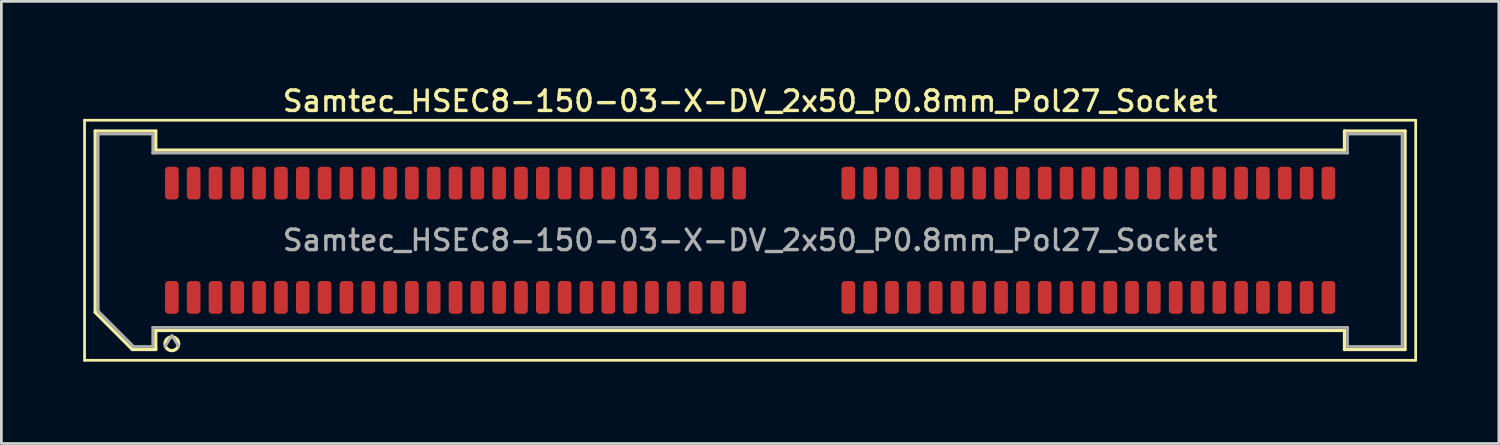
<source format=kicad_pcb>
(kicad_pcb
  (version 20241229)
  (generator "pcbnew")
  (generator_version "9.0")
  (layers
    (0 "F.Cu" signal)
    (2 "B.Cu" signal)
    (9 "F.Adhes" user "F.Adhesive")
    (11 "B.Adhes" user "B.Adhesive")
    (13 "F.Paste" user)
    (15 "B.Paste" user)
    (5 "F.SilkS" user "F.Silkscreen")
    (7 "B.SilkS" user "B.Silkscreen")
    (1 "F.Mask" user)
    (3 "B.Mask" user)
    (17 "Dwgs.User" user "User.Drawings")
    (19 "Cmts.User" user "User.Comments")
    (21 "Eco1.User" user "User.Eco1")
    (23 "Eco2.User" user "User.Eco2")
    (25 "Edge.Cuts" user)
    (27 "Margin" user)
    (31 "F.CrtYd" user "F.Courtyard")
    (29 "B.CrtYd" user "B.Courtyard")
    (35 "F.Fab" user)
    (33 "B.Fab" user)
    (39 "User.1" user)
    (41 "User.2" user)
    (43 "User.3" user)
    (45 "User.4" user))
  (footprint "Samtec_HSEC8-150-03-X-DV_2x50_P0.8mm_Pol27_Socket"
    (layer "F.Cu")
    (at 24.45 5.758)
    (property "Reference" "Samtec_HSEC8-150-03-X-DV_2x50_P0.8mm_Pol27_Socket" (at 0 -5.1 0) (layer "F.SilkS") (effects (font (size 0.75 0.75) (thickness 0.125))))
    (attr smd)
    (fp_line (start -24.4 -4.4) (end -24.4 4.4) (stroke (width 0.1) (type solid)) (layer "F.SilkS"))
    (fp_line (start -24.4 4.4) (end 24.4 4.4) (stroke (width 0.1) (type solid)) (layer "F.SilkS"))
    (fp_line (start -24.01 -4.005) (end -21.79 -4.005) (stroke (width 0.12) (type solid)) (layer "F.SilkS"))
    (fp_line (start -24.01 2.641) (end -24.01 -4.005) (stroke (width 0.12) (type solid)) (layer "F.SilkS"))
    (fp_line (start -22.646 4.005) (end -24.01 2.641) (stroke (width 0.12) (type solid)) (layer "F.SilkS"))
    (fp_line (start -21.79 -4.005) (end -21.79 -3.305) (stroke (width 0.12) (type solid)) (layer "F.SilkS"))
    (fp_line (start -21.79 -3.305) (end 21.79 -3.305) (stroke (width 0.12) (type solid)) (layer "F.SilkS"))
    (fp_line (start -21.79 3.305) (end -21.79 4.005) (stroke (width 0.12) (type solid)) (layer "F.SilkS"))
    (fp_line (start -21.79 4.005) (end -22.646 4.005) (stroke (width 0.12) (type solid)) (layer "F.SilkS"))
    (fp_line (start 21.79 -4.005) (end 24.01 -4.005) (stroke (width 0.12) (type solid)) (layer "F.SilkS"))
    (fp_line (start 21.79 -3.305) (end 21.79 -4.005) (stroke (width 0.12) (type solid)) (layer "F.SilkS"))
    (fp_line (start 21.79 3.305) (end -21.79 3.305) (stroke (width 0.12) (type solid)) (layer "F.SilkS"))
    (fp_line (start 21.79 4.005) (end 21.79 3.305) (stroke (width 0.12) (type solid)) (layer "F.SilkS"))
    (fp_line (start 24.01 -4.005) (end 24.01 4.005) (stroke (width 0.12) (type solid)) (layer "F.SilkS"))
    (fp_line (start 24.01 4.005) (end 21.79 4.005) (stroke (width 0.12) (type solid)) (layer "F.SilkS"))
    (fp_line (start 24.4 -4.4) (end -24.4 -4.4) (stroke (width 0.1) (type solid)) (layer "F.SilkS"))
    (fp_line (start 24.4 4.4) (end 24.4 -4.4) (stroke (width 0.1) (type solid)) (layer "F.SilkS"))
    (fp_arc (start -20.95 3.795) (mid -21.45 3.795) (end -20.95 3.795) (stroke (width 0.12) (type solid)) (layer "F.SilkS"))
    (fp_line (start -23.9 -3.895) (end -21.9 -3.895) (stroke (width 0.1) (type solid)) (layer "F.Fab"))
    (fp_line (start -23.9 2.595) (end -23.9 -3.895) (stroke (width 0.1) (type solid)) (layer "F.Fab"))
    (fp_line (start -22.6 3.895) (end -23.9 2.595) (stroke (width 0.1) (type solid)) (layer "F.Fab"))
    (fp_line (start -21.9 -3.895) (end -21.9 -3.195) (stroke (width 0.1) (type solid)) (layer "F.Fab"))
    (fp_line (start -21.9 -3.195) (end 21.9 -3.195) (stroke (width 0.1) (type solid)) (layer "F.Fab"))
    (fp_line (start -21.9 3.195) (end -21.9 3.895) (stroke (width 0.1) (type solid)) (layer "F.Fab"))
    (fp_line (start -21.9 3.895) (end -22.6 3.895) (stroke (width 0.1) (type solid)) (layer "F.Fab"))
    (fp_line (start -21.2 3.495) (end -21.45 3.895) (stroke (width 0.1) (type solid)) (layer "F.Fab"))
    (fp_line (start -21.2 3.495) (end -20.95 3.895) (stroke (width 0.1) (type solid)) (layer "F.Fab"))
    (fp_line (start 21.9 -3.895) (end 23.9 -3.895) (stroke (width 0.1) (type solid)) (layer "F.Fab"))
    (fp_line (start 21.9 -3.195) (end 21.9 -3.895) (stroke (width 0.1) (type solid)) (layer "F.Fab"))
    (fp_line (start 21.9 3.195) (end -21.9 3.195) (stroke (width 0.1) (type solid)) (layer "F.Fab"))
    (fp_line (start 21.9 3.895) (end 21.9 3.195) (stroke (width 0.1) (type solid)) (layer "F.Fab"))
    (fp_line (start 23.9 -3.895) (end 23.9 3.895) (stroke (width 0.1) (type solid)) (layer "F.Fab"))
    (fp_line (start 23.9 3.895) (end 21.9 3.895) (stroke (width 0.1) (type solid)) (layer "F.Fab"))
    (fp_text user "${REFERENCE}" (at 0 0 0) (layer "F.Fab") (effects (font (size 0.75 0.75) (thickness 0.125))))
    (pad "1" smd roundrect (at -21.2 2.095) (size 0.5 1.2) (layers "F.Cu" "F.Mask" "F.Paste") (roundrect_rratio 0.25))
    (pad "2" smd roundrect (at -21.2 -2.095) (size 0.5 1.2) (layers "F.Cu" "F.Mask" "F.Paste") (roundrect_rratio 0.25))
    (pad "3" smd roundrect (at -20.4 2.095) (size 0.5 1.2) (layers "F.Cu" "F.Mask" "F.Paste") (roundrect_rratio 0.25))
    (pad "4" smd roundrect (at -20.4 -2.095) (size 0.5 1.2) (layers "F.Cu" "F.Mask" "F.Paste") (roundrect_rratio 0.25))
    (pad "5" smd roundrect (at -19.6 2.095) (size 0.5 1.2) (layers "F.Cu" "F.Mask" "F.Paste") (roundrect_rratio 0.25))
    (pad "6" smd roundrect (at -19.6 -2.095) (size 0.5 1.2) (layers "F.Cu" "F.Mask" "F.Paste") (roundrect_rratio 0.25))
    (pad "7" smd roundrect (at -18.8 2.095) (size 0.5 1.2) (layers "F.Cu" "F.Mask" "F.Paste") (roundrect_rratio 0.25))
    (pad "8" smd roundrect (at -18.8 -2.095) (size 0.5 1.2) (layers "F.Cu" "F.Mask" "F.Paste") (roundrect_rratio 0.25))
    (pad "9" smd roundrect (at -18 2.095) (size 0.5 1.2) (layers "F.Cu" "F.Mask" "F.Paste") (roundrect_rratio 0.25))
    (pad "10" smd roundrect (at -18 -2.095) (size 0.5 1.2) (layers "F.Cu" "F.Mask" "F.Paste") (roundrect_rratio 0.25))
    (pad "11" smd roundrect (at -17.2 2.095) (size 0.5 1.2) (layers "F.Cu" "F.Mask" "F.Paste") (roundrect_rratio 0.25))
    (pad "12" smd roundrect (at -17.2 -2.095) (size 0.5 1.2) (layers "F.Cu" "F.Mask" "F.Paste") (roundrect_rratio 0.25))
    (pad "13" smd roundrect (at -16.4 2.095) (size 0.5 1.2) (layers "F.Cu" "F.Mask" "F.Paste") (roundrect_rratio 0.25))
    (pad "14" smd roundrect (at -16.4 -2.095) (size 0.5 1.2) (layers "F.Cu" "F.Mask" "F.Paste") (roundrect_rratio 0.25))
    (pad "15" smd roundrect (at -15.6 2.095) (size 0.5 1.2) (layers "F.Cu" "F.Mask" "F.Paste") (roundrect_rratio 0.25))
    (pad "16" smd roundrect (at -15.6 -2.095) (size 0.5 1.2) (layers "F.Cu" "F.Mask" "F.Paste") (roundrect_rratio 0.25))
    (pad "17" smd roundrect (at -14.8 2.095) (size 0.5 1.2) (layers "F.Cu" "F.Mask" "F.Paste") (roundrect_rratio 0.25))
    (pad "18" smd roundrect (at -14.8 -2.095) (size 0.5 1.2) (layers "F.Cu" "F.Mask" "F.Paste") (roundrect_rratio 0.25))
    (pad "19" smd roundrect (at -14 2.095) (size 0.5 1.2) (layers "F.Cu" "F.Mask" "F.Paste") (roundrect_rratio 0.25))
    (pad "20" smd roundrect (at -14 -2.095) (size 0.5 1.2) (layers "F.Cu" "F.Mask" "F.Paste") (roundrect_rratio 0.25))
    (pad "21" smd roundrect (at -13.2 2.095) (size 0.5 1.2) (layers "F.Cu" "F.Mask" "F.Paste") (roundrect_rratio 0.25))
    (pad "22" smd roundrect (at -13.2 -2.095) (size 0.5 1.2) (layers "F.Cu" "F.Mask" "F.Paste") (roundrect_rratio 0.25))
    (pad "23" smd roundrect (at -12.4 2.095) (size 0.5 1.2) (layers "F.Cu" "F.Mask" "F.Paste") (roundrect_rratio 0.25))
    (pad "24" smd roundrect (at -12.4 -2.095) (size 0.5 1.2) (layers "F.Cu" "F.Mask" "F.Paste") (roundrect_rratio 0.25))
    (pad "25" smd roundrect (at -11.6 2.095) (size 0.5 1.2) (layers "F.Cu" "F.Mask" "F.Paste") (roundrect_rratio 0.25))
    (pad "26" smd roundrect (at -11.6 -2.095) (size 0.5 1.2) (layers "F.Cu" "F.Mask" "F.Paste") (roundrect_rratio 0.25))
    (pad "27" smd roundrect (at -10.8 2.095) (size 0.5 1.2) (layers "F.Cu" "F.Mask" "F.Paste") (roundrect_rratio 0.25))
    (pad "28" smd roundrect (at -10.8 -2.095) (size 0.5 1.2) (layers "F.Cu" "F.Mask" "F.Paste") (roundrect_rratio 0.25))
    (pad "29" smd roundrect (at -10 2.095) (size 0.5 1.2) (layers "F.Cu" "F.Mask" "F.Paste") (roundrect_rratio 0.25))
    (pad "30" smd roundrect (at -10 -2.095) (size 0.5 1.2) (layers "F.Cu" "F.Mask" "F.Paste") (roundrect_rratio 0.25))
    (pad "31" smd roundrect (at -9.2 2.095) (size 0.5 1.2) (layers "F.Cu" "F.Mask" "F.Paste") (roundrect_rratio 0.25))
    (pad "32" smd roundrect (at -9.2 -2.095) (size 0.5 1.2) (layers "F.Cu" "F.Mask" "F.Paste") (roundrect_rratio 0.25))
    (pad "33" smd roundrect (at -8.4 2.095) (size 0.5 1.2) (layers "F.Cu" "F.Mask" "F.Paste") (roundrect_rratio 0.25))
    (pad "34" smd roundrect (at -8.4 -2.095) (size 0.5 1.2) (layers "F.Cu" "F.Mask" "F.Paste") (roundrect_rratio 0.25))
    (pad "35" smd roundrect (at -7.6 2.095) (size 0.5 1.2) (layers "F.Cu" "F.Mask" "F.Paste") (roundrect_rratio 0.25))
    (pad "36" smd roundrect (at -7.6 -2.095) (size 0.5 1.2) (layers "F.Cu" "F.Mask" "F.Paste") (roundrect_rratio 0.25))
    (pad "37" smd roundrect (at -6.8 2.095) (size 0.5 1.2) (layers "F.Cu" "F.Mask" "F.Paste") (roundrect_rratio 0.25))
    (pad "38" smd roundrect (at -6.8 -2.095) (size 0.5 1.2) (layers "F.Cu" "F.Mask" "F.Paste") (roundrect_rratio 0.25))
    (pad "39" smd roundrect (at -6 2.095) (size 0.5 1.2) (layers "F.Cu" "F.Mask" "F.Paste") (roundrect_rratio 0.25))
    (pad "40" smd roundrect (at -6 -2.095) (size 0.5 1.2) (layers "F.Cu" "F.Mask" "F.Paste") (roundrect_rratio 0.25))
    (pad "41" smd roundrect (at -5.2 2.095) (size 0.5 1.2) (layers "F.Cu" "F.Mask" "F.Paste") (roundrect_rratio 0.25))
    (pad "42" smd roundrect (at -5.2 -2.095) (size 0.5 1.2) (layers "F.Cu" "F.Mask" "F.Paste") (roundrect_rratio 0.25))
    (pad "43" smd roundrect (at -4.4 2.095) (size 0.5 1.2) (layers "F.Cu" "F.Mask" "F.Paste") (roundrect_rratio 0.25))
    (pad "44" smd roundrect (at -4.4 -2.095) (size 0.5 1.2) (layers "F.Cu" "F.Mask" "F.Paste") (roundrect_rratio 0.25))
    (pad "45" smd roundrect (at -3.6 2.095) (size 0.5 1.2) (layers "F.Cu" "F.Mask" "F.Paste") (roundrect_rratio 0.25))
    (pad "46" smd roundrect (at -3.6 -2.095) (size 0.5 1.2) (layers "F.Cu" "F.Mask" "F.Paste") (roundrect_rratio 0.25))
    (pad "47" smd roundrect (at -2.8 2.095) (size 0.5 1.2) (layers "F.Cu" "F.Mask" "F.Paste") (roundrect_rratio 0.25))
    (pad "48" smd roundrect (at -2.8 -2.095) (size 0.5 1.2) (layers "F.Cu" "F.Mask" "F.Paste") (roundrect_rratio 0.25))
    (pad "49" smd roundrect (at -2 2.095) (size 0.5 1.2) (layers "F.Cu" "F.Mask" "F.Paste") (roundrect_rratio 0.25))
    (pad "50" smd roundrect (at -2 -2.095) (size 0.5 1.2) (layers "F.Cu" "F.Mask" "F.Paste") (roundrect_rratio 0.25))
    (pad "51" smd roundrect (at -1.2 2.095) (size 0.5 1.2) (layers "F.Cu" "F.Mask" "F.Paste") (roundrect_rratio 0.25))
    (pad "52" smd roundrect (at -1.2 -2.095) (size 0.5 1.2) (layers "F.Cu" "F.Mask" "F.Paste") (roundrect_rratio 0.25))
    (pad "53" smd roundrect (at -0.4 2.095) (size 0.5 1.2) (layers "F.Cu" "F.Mask" "F.Paste") (roundrect_rratio 0.25))
    (pad "54" smd roundrect (at -0.4 -2.095) (size 0.5 1.2) (layers "F.Cu" "F.Mask" "F.Paste") (roundrect_rratio 0.25))
    (pad "55" smd roundrect (at 3.6 2.095) (size 0.5 1.2) (layers "F.Cu" "F.Mask" "F.Paste") (roundrect_rratio 0.25))
    (pad "56" smd roundrect (at 3.6 -2.095) (size 0.5 1.2) (layers "F.Cu" "F.Mask" "F.Paste") (roundrect_rratio 0.25))
    (pad "57" smd roundrect (at 4.4 2.095) (size 0.5 1.2) (layers "F.Cu" "F.Mask" "F.Paste") (roundrect_rratio 0.25))
    (pad "58" smd roundrect (at 4.4 -2.095) (size 0.5 1.2) (layers "F.Cu" "F.Mask" "F.Paste") (roundrect_rratio 0.25))
    (pad "59" smd roundrect (at 5.2 2.095) (size 0.5 1.2) (layers "F.Cu" "F.Mask" "F.Paste") (roundrect_rratio 0.25))
    (pad "60" smd roundrect (at 5.2 -2.095) (size 0.5 1.2) (layers "F.Cu" "F.Mask" "F.Paste") (roundrect_rratio 0.25))
    (pad "61" smd roundrect (at 6 2.095) (size 0.5 1.2) (layers "F.Cu" "F.Mask" "F.Paste") (roundrect_rratio 0.25))
    (pad "62" smd roundrect (at 6 -2.095) (size 0.5 1.2) (layers "F.Cu" "F.Mask" "F.Paste") (roundrect_rratio 0.25))
    (pad "63" smd roundrect (at 6.8 2.095) (size 0.5 1.2) (layers "F.Cu" "F.Mask" "F.Paste") (roundrect_rratio 0.25))
    (pad "64" smd roundrect (at 6.8 -2.095) (size 0.5 1.2) (layers "F.Cu" "F.Mask" "F.Paste") (roundrect_rratio 0.25))
    (pad "65" smd roundrect (at 7.6 2.095) (size 0.5 1.2) (layers "F.Cu" "F.Mask" "F.Paste") (roundrect_rratio 0.25))
    (pad "66" smd roundrect (at 7.6 -2.095) (size 0.5 1.2) (layers "F.Cu" "F.Mask" "F.Paste") (roundrect_rratio 0.25))
    (pad "67" smd roundrect (at 8.4 2.095) (size 0.5 1.2) (layers "F.Cu" "F.Mask" "F.Paste") (roundrect_rratio 0.25))
    (pad "68" smd roundrect (at 8.4 -2.095) (size 0.5 1.2) (layers "F.Cu" "F.Mask" "F.Paste") (roundrect_rratio 0.25))
    (pad "69" smd roundrect (at 9.2 2.095) (size 0.5 1.2) (layers "F.Cu" "F.Mask" "F.Paste") (roundrect_rratio 0.25))
    (pad "70" smd roundrect (at 9.2 -2.095) (size 0.5 1.2) (layers "F.Cu" "F.Mask" "F.Paste") (roundrect_rratio 0.25))
    (pad "71" smd roundrect (at 10 2.095) (size 0.5 1.2) (layers "F.Cu" "F.Mask" "F.Paste") (roundrect_rratio 0.25))
    (pad "72" smd roundrect (at 10 -2.095) (size 0.5 1.2) (layers "F.Cu" "F.Mask" "F.Paste") (roundrect_rratio 0.25))
    (pad "73" smd roundrect (at 10.8 2.095) (size 0.5 1.2) (layers "F.Cu" "F.Mask" "F.Paste") (roundrect_rratio 0.25))
    (pad "74" smd roundrect (at 10.8 -2.095) (size 0.5 1.2) (layers "F.Cu" "F.Mask" "F.Paste") (roundrect_rratio 0.25))
    (pad "75" smd roundrect (at 11.6 2.095) (size 0.5 1.2) (layers "F.Cu" "F.Mask" "F.Paste") (roundrect_rratio 0.25))
    (pad "76" smd roundrect (at 11.6 -2.095) (size 0.5 1.2) (layers "F.Cu" "F.Mask" "F.Paste") (roundrect_rratio 0.25))
    (pad "77" smd roundrect (at 12.4 2.095) (size 0.5 1.2) (layers "F.Cu" "F.Mask" "F.Paste") (roundrect_rratio 0.25))
    (pad "78" smd roundrect (at 12.4 -2.095) (size 0.5 1.2) (layers "F.Cu" "F.Mask" "F.Paste") (roundrect_rratio 0.25))
    (pad "79" smd roundrect (at 13.2 2.095) (size 0.5 1.2) (layers "F.Cu" "F.Mask" "F.Paste") (roundrect_rratio 0.25))
    (pad "80" smd roundrect (at 13.2 -2.095) (size 0.5 1.2) (layers "F.Cu" "F.Mask" "F.Paste") (roundrect_rratio 0.25))
    (pad "81" smd roundrect (at 14 2.095) (size 0.5 1.2) (layers "F.Cu" "F.Mask" "F.Paste") (roundrect_rratio 0.25))
    (pad "82" smd roundrect (at 14 -2.095) (size 0.5 1.2) (layers "F.Cu" "F.Mask" "F.Paste") (roundrect_rratio 0.25))
    (pad "83" smd roundrect (at 14.8 2.095) (size 0.5 1.2) (layers "F.Cu" "F.Mask" "F.Paste") (roundrect_rratio 0.25))
    (pad "84" smd roundrect (at 14.8 -2.095) (size 0.5 1.2) (layers "F.Cu" "F.Mask" "F.Paste") (roundrect_rratio 0.25))
    (pad "85" smd roundrect (at 15.6 2.095) (size 0.5 1.2) (layers "F.Cu" "F.Mask" "F.Paste") (roundrect_rratio 0.25))
    (pad "86" smd roundrect (at 15.6 -2.095) (size 0.5 1.2) (layers "F.Cu" "F.Mask" "F.Paste") (roundrect_rratio 0.25))
    (pad "87" smd roundrect (at 16.4 2.095) (size 0.5 1.2) (layers "F.Cu" "F.Mask" "F.Paste") (roundrect_rratio 0.25))
    (pad "88" smd roundrect (at 16.4 -2.095) (size 0.5 1.2) (layers "F.Cu" "F.Mask" "F.Paste") (roundrect_rratio 0.25))
    (pad "89" smd roundrect (at 17.2 2.095) (size 0.5 1.2) (layers "F.Cu" "F.Mask" "F.Paste") (roundrect_rratio 0.25))
    (pad "90" smd roundrect (at 17.2 -2.095) (size 0.5 1.2) (layers "F.Cu" "F.Mask" "F.Paste") (roundrect_rratio 0.25))
    (pad "91" smd roundrect (at 18 2.095) (size 0.5 1.2) (layers "F.Cu" "F.Mask" "F.Paste") (roundrect_rratio 0.25))
    (pad "92" smd roundrect (at 18 -2.095) (size 0.5 1.2) (layers "F.Cu" "F.Mask" "F.Paste") (roundrect_rratio 0.25))
    (pad "93" smd roundrect (at 18.8 2.095) (size 0.5 1.2) (layers "F.Cu" "F.Mask" "F.Paste") (roundrect_rratio 0.25))
    (pad "94" smd roundrect (at 18.8 -2.095) (size 0.5 1.2) (layers "F.Cu" "F.Mask" "F.Paste") (roundrect_rratio 0.25))
    (pad "95" smd roundrect (at 19.6 2.095) (size 0.5 1.2) (layers "F.Cu" "F.Mask" "F.Paste") (roundrect_rratio 0.25))
    (pad "96" smd roundrect (at 19.6 -2.095) (size 0.5 1.2) (layers "F.Cu" "F.Mask" "F.Paste") (roundrect_rratio 0.25))
    (pad "97" smd roundrect (at 20.4 2.095) (size 0.5 1.2) (layers "F.Cu" "F.Mask" "F.Paste") (roundrect_rratio 0.25))
    (pad "98" smd roundrect (at 20.4 -2.095) (size 0.5 1.2) (layers "F.Cu" "F.Mask" "F.Paste") (roundrect_rratio 0.25))
    (pad "99" smd roundrect (at 21.2 2.095) (size 0.5 1.2) (layers "F.Cu" "F.Mask" "F.Paste") (roundrect_rratio 0.25))
    (pad "100" smd roundrect (at 21.2 -2.095) (size 0.5 1.2) (layers "F.Cu" "F.Mask" "F.Paste") (roundrect_rratio 0.25)))
  (gr_rect
    (start -3 -3)
    (end 51.9 13.208)
    (stroke (width 0.1) (type default))
    (fill no)
    (layer "Edge.Cuts")))
</source>
